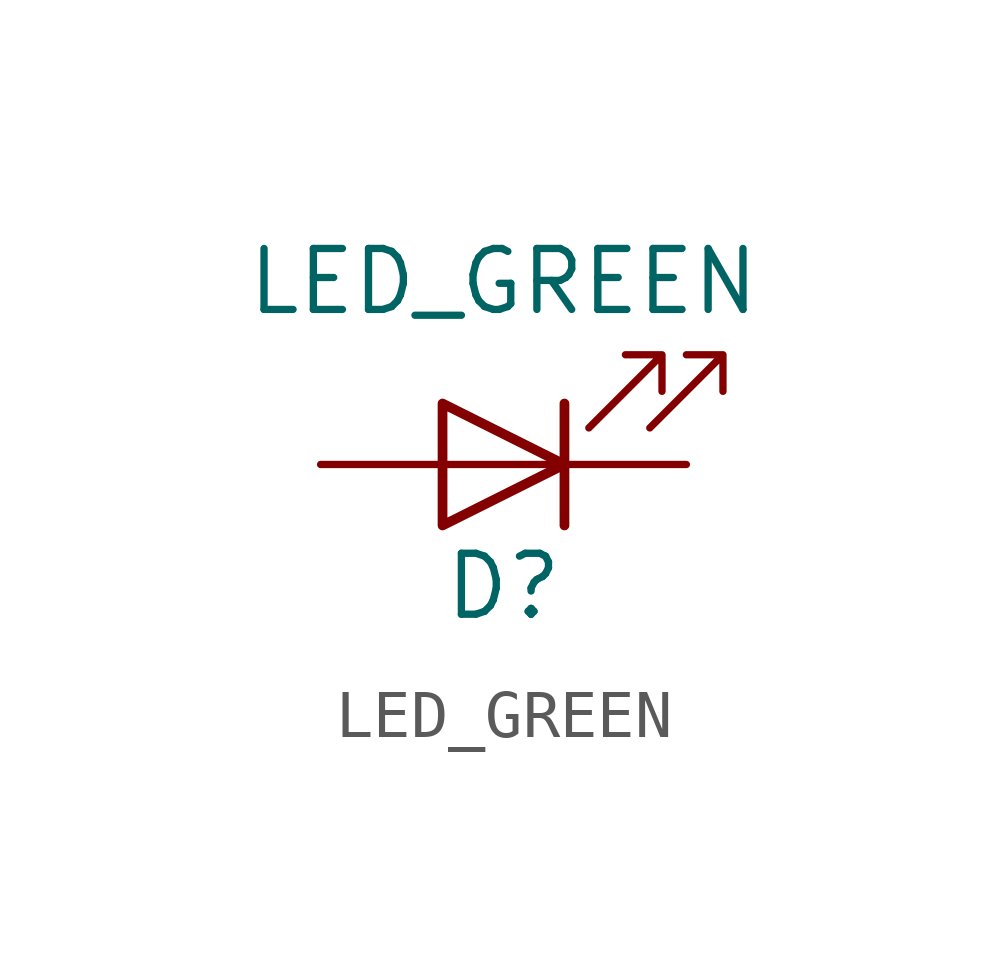
<source format=kicad_sym>
(kicad_symbol_lib
  (version 20211014)
  (generator kicad_symbol_editor)
  (symbol "LED_GREEN"
    (pin_numbers hide)
    (pin_names
      (offset 1.016) hide)
    (property "Reference" "D"
      (at 0 -2.54 0)
      (effects (font (size 1.27 1.27))))
    (property "Value" "LED_GREEN"
      (at 0 3.81 0)
      (effects (font (size 1.27 1.27))))
    (symbol "LED_GREEN_0_1"
      (polyline (pts (xy 1.27 0) (xy -1.27 0)) (stroke (width 0) (type default) (color 0 0 0 0)) (fill (type none)))
      (polyline (pts (xy 1.27 1.27) (xy 1.27 -1.27)) (stroke (width 0.203) (type default) (color 0 0 0 0)) (fill (type none)))
      (polyline (pts (xy -1.27 1.27) (xy -1.27 -1.27) (xy 1.27 0) (xy -1.27 1.27)) (stroke (width 0.203) (type default) (color 0 0 0 0)) (fill (type none)))
      (polyline (pts (xy 1.778 0.762) (xy 3.302 2.286) (xy 2.54 2.286) (xy 3.302 2.286) (xy 3.302 1.524)) (stroke (width 0) (type default) (color 0 0 0 0)) (fill (type none)))
      (polyline (pts (xy 3.048 0.762) (xy 4.572 2.286) (xy 3.81 2.286) (xy 4.572 2.286) (xy 4.572 1.524)) (stroke (width 0) (type default) (color 0 0 0 0)) (fill (type none))))
    (symbol "LED_GREEN_1_1"
      (pin passive line (at 3.81 0 180) (length 2.54) (name "K" (effects (font (size 1.27 1.27)))) (number "1" (effects (font (size 1.27 1.27)))))
      (pin passive line (at -3.81 0 0) (length 2.54) (name "A" (effects (font (size 1.27 1.27)))) (number "2" (effects (font (size 1.27 1.27))))))))
</source>
